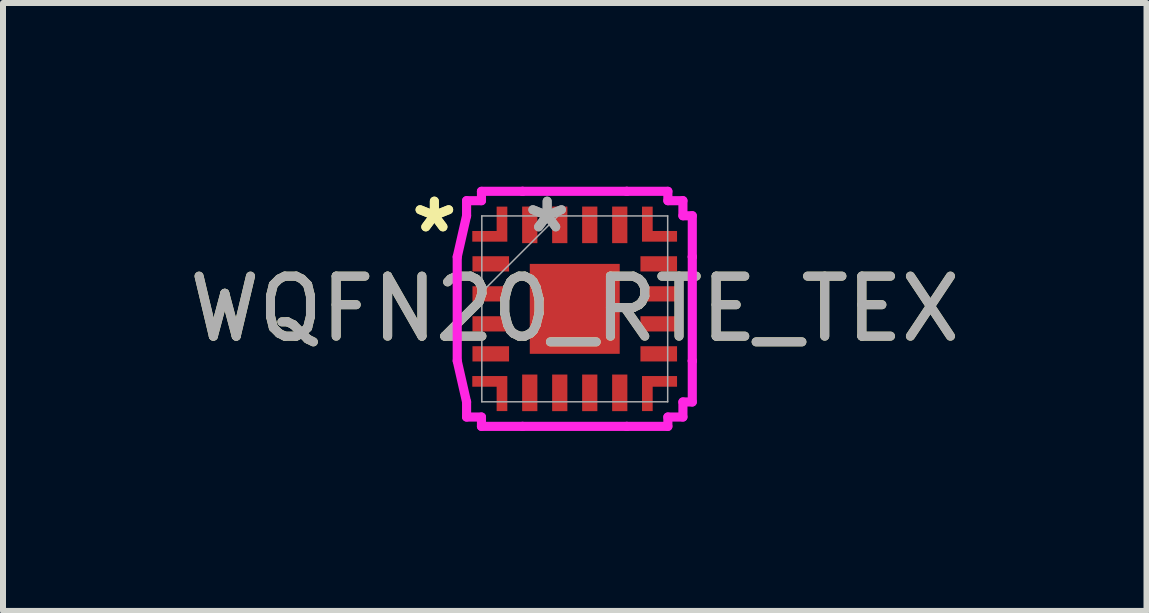
<source format=kicad_pcb>
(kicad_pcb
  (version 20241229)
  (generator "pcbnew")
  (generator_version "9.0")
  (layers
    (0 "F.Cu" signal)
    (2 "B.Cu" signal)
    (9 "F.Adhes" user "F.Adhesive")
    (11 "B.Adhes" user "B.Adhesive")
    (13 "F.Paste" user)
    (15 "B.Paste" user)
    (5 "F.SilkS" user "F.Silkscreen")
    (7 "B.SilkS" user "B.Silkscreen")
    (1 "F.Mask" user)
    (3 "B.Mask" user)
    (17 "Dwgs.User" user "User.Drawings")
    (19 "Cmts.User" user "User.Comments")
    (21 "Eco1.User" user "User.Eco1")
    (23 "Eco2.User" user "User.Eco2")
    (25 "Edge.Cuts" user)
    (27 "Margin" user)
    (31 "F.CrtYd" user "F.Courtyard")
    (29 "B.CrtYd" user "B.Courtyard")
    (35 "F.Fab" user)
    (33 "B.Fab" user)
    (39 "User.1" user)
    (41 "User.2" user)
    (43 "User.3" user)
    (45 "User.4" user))
  (footprint "WQFN20_RTE_TEX"
    (layer "F.Cu")
    (at 6.53 2.098)
    (property "Reference" "WQFN20_RTE_TEX" (at 0 0 0) (unlocked yes) (layer "F.SilkS") (effects (font (size 1 1) (thickness 0.15))))
    (attr smd)
    (fp_line (start -1.959 -0.867) (end -1.959 0.867) (stroke (width 0.152) (type solid)) (layer "F.CrtYd"))
    (fp_line (start -1.959 0.867) (end -1.803 1.552) (stroke (width 0.152) (type solid)) (layer "F.CrtYd"))
    (fp_line (start -1.803 -1.803) (end -1.803 -1.552) (stroke (width 0.152) (type solid)) (layer "F.CrtYd"))
    (fp_line (start -1.803 -1.552) (end -1.959 -0.867) (stroke (width 0.152) (type solid)) (layer "F.CrtYd"))
    (fp_line (start -1.803 1.552) (end -1.803 1.803) (stroke (width 0.152) (type solid)) (layer "F.CrtYd"))
    (fp_line (start -1.803 1.803) (end -1.555 1.803) (stroke (width 0.152) (type solid)) (layer "F.CrtYd"))
    (fp_line (start -1.555 -1.803) (end -1.803 -1.803) (stroke (width 0.152) (type solid)) (layer "F.CrtYd"))
    (fp_line (start -1.555 1.803) (end -1.555 1.959) (stroke (width 0.152) (type solid)) (layer "F.CrtYd"))
    (fp_line (start -1.555 -1.959) (end -1.555 -1.803) (stroke (width 0.152) (type solid)) (layer "F.CrtYd"))
    (fp_line (start -1.555 1.959) (end -0.87 1.959) (stroke (width 0.152) (type solid)) (layer "F.CrtYd"))
    (fp_line (start -0.87 -1.959) (end -0.87 -1.959) (stroke (width 0.152) (type solid)) (layer "F.CrtYd"))
    (fp_line (start -0.87 -1.959) (end -1.555 -1.959) (stroke (width 0.152) (type solid)) (layer "F.CrtYd"))
    (fp_line (start -0.87 1.959) (end -0.87 1.959) (stroke (width 0.152) (type solid)) (layer "F.CrtYd"))
    (fp_line (start -0.87 1.959) (end 0.867 1.959) (stroke (width 0.152) (type solid)) (layer "F.CrtYd"))
    (fp_line (start 0.867 -1.959) (end -0.87 -1.959) (stroke (width 0.152) (type solid)) (layer "F.CrtYd"))
    (fp_line (start 0.867 -1.959) (end 0.867 -1.959) (stroke (width 0.152) (type solid)) (layer "F.CrtYd"))
    (fp_line (start 0.867 1.959) (end 1.552 1.959) (stroke (width 0.152) (type solid)) (layer "F.CrtYd"))
    (fp_line (start 0.867 1.959) (end 0.867 1.959) (stroke (width 0.152) (type solid)) (layer "F.CrtYd"))
    (fp_line (start 1.552 -1.959) (end 0.867 -1.959) (stroke (width 0.152) (type solid)) (layer "F.CrtYd"))
    (fp_line (start 1.552 1.959) (end 1.552 1.803) (stroke (width 0.152) (type solid)) (layer "F.CrtYd"))
    (fp_line (start 1.552 -1.803) (end 1.552 -1.959) (stroke (width 0.152) (type solid)) (layer "F.CrtYd"))
    (fp_line (start 1.552 1.803) (end 1.803 1.803) (stroke (width 0.152) (type solid)) (layer "F.CrtYd"))
    (fp_line (start 1.803 -1.803) (end 1.552 -1.803) (stroke (width 0.152) (type solid)) (layer "F.CrtYd"))
    (fp_line (start 1.803 -1.552) (end 1.803 -1.803) (stroke (width 0.152) (type solid)) (layer "F.CrtYd"))
    (fp_line (start 1.803 1.552) (end 1.959 1.552) (stroke (width 0.152) (type solid)) (layer "F.CrtYd"))
    (fp_line (start 1.803 1.803) (end 1.803 1.552) (stroke (width 0.152) (type solid)) (layer "F.CrtYd"))
    (fp_line (start 1.959 -1.552) (end 1.803 -1.552) (stroke (width 0.152) (type solid)) (layer "F.CrtYd"))
    (fp_line (start 1.959 -0.867) (end 1.959 -1.552) (stroke (width 0.152) (type solid)) (layer "F.CrtYd"))
    (fp_line (start 1.959 -0.867) (end 1.959 -0.867) (stroke (width 0.152) (type solid)) (layer "F.CrtYd"))
    (fp_line (start 1.959 0.867) (end 1.959 -0.867) (stroke (width 0.152) (type solid)) (layer "F.CrtYd"))
    (fp_line (start 1.959 0.867) (end 1.959 0.867) (stroke (width 0.152) (type solid)) (layer "F.CrtYd"))
    (fp_line (start 1.959 1.552) (end 1.959 0.867) (stroke (width 0.152) (type solid)) (layer "F.CrtYd"))
    (fp_line (start -1.549 -1.549) (end -1.549 1.549) (stroke (width 0.025) (type solid)) (layer "F.Fab"))
    (fp_line (start -1.549 -0.279) (end -0.279 -1.549) (stroke (width 0.025) (type solid)) (layer "F.Fab"))
    (fp_line (start -1.549 1.549) (end 1.549 1.549) (stroke (width 0.025) (type solid)) (layer "F.Fab"))
    (fp_line (start 1.549 -1.549) (end -1.549 -1.549) (stroke (width 0.025) (type solid)) (layer "F.Fab"))
    (fp_line (start 1.549 1.549) (end 1.549 -1.549) (stroke (width 0.025) (type solid)) (layer "F.Fab"))
    (fp_text user "*" (at -2.34 -1.25 0) (unlocked yes) (layer "F.SilkS") (effects (font (size 1 1) (thickness 0.15))))
    (fp_text user "*" (at -2.34 -1.25 0) (layer "F.SilkS") (effects (font (size 1 1) (thickness 0.15))))
    (fp_text user "*" (at -0.46 -1.25 0) (unlocked yes) (layer "F.Fab") (effects (font (size 1 1) (thickness 0.15))))
    (fp_text user "*" (at -0.46 -1.25 0) (layer "F.Fab") (effects (font (size 1 1) (thickness 0.15))))
    (fp_text user "${REFERENCE}" (at 0 0 0) (unlocked yes) (layer "F.Fab") (effects (font (size 1 1) (thickness 0.15))))
    (pad "1" smd rect (at -1.4 -0.75) (size 0.61 0.254) (layers "F.Cu" "F.Mask" "F.Paste"))
    (pad "2" smd rect (at -1.4 -0.25) (size 0.61 0.254) (layers "F.Cu" "F.Mask" "F.Paste"))
    (pad "3" smd rect (at -1.4 0.25) (size 0.61 0.254) (layers "F.Cu" "F.Mask" "F.Paste"))
    (pad "4" smd rect (at -1.4 0.75) (size 0.61 0.254) (layers "F.Cu" "F.Mask" "F.Paste"))
    (pad "5" smd custom (at -1.505 1.209) (size 0.406 0.178) (layers "F.Cu" "F.Mask" "F.Paste") (options (anchor rect)) (primitives (gr_poly (pts (xy 0.203 0.495) (xy 0.381 0.495) (xy 0.381 -0.089) (xy -0.203 -0.089) (xy -0.203 0.089) (xy 0.203 0.089) (xy 0.203 0.495)) (width 0) (fill yes))))
    (pad "6" smd rect (at -0.75 1.4 90) (size 0.61 0.254) (layers "F.Cu" "F.Mask" "F.Paste"))
    (pad "7" smd rect (at -0.25 1.4 90) (size 0.61 0.254) (layers "F.Cu" "F.Mask" "F.Paste"))
    (pad "8" smd rect (at 0.25 1.4 90) (size 0.61 0.254) (layers "F.Cu" "F.Mask" "F.Paste"))
    (pad "9" smd rect (at 0.75 1.4 90) (size 0.61 0.254) (layers "F.Cu" "F.Mask" "F.Paste"))
    (pad "10" smd custom (at 1.502 1.209) (size 0.406 0.178) (layers "F.Cu" "F.Mask" "F.Paste") (options (anchor rect)) (primitives (gr_poly (pts (xy -0.203 0.495) (xy -0.381 0.495) (xy -0.381 -0.089) (xy 0.203 -0.089) (xy 0.203 0.089) (xy -0.203 0.089) (xy -0.203 0.495)) (width 0) (fill yes))))
    (pad "11" smd rect (at 1.4 0.75) (size 0.61 0.254) (layers "F.Cu" "F.Mask" "F.Paste"))
    (pad "12" smd rect (at 1.4 0.25) (size 0.61 0.254) (layers "F.Cu" "F.Mask" "F.Paste"))
    (pad "13" smd rect (at 1.4 -0.25) (size 0.61 0.254) (layers "F.Cu" "F.Mask" "F.Paste"))
    (pad "14" smd rect (at 1.4 -0.75) (size 0.61 0.254) (layers "F.Cu" "F.Mask" "F.Paste"))
    (pad "15" smd custom (at 1.502 -1.209) (size 0.406 0.178) (layers "F.Cu" "F.Mask" "F.Paste") (options (anchor rect)) (primitives (gr_poly (pts (xy -0.203 -0.495) (xy -0.381 -0.495) (xy -0.381 0.089) (xy 0.203 0.089) (xy 0.203 -0.089) (xy -0.203 -0.089) (xy -0.203 -0.495)) (width 0) (fill yes))))
    (pad "16" smd rect (at 0.75 -1.4 90) (size 0.61 0.254) (layers "F.Cu" "F.Mask" "F.Paste"))
    (pad "17" smd rect (at 0.25 -1.4 90) (size 0.61 0.254) (layers "F.Cu" "F.Mask" "F.Paste"))
    (pad "18" smd rect (at -0.25 -1.4 90) (size 0.61 0.254) (layers "F.Cu" "F.Mask" "F.Paste"))
    (pad "19" smd rect (at -0.75 -1.4 90) (size 0.61 0.254) (layers "F.Cu" "F.Mask" "F.Paste"))
    (pad "20" smd custom (at -1.505 -1.209) (size 0.406 0.178) (layers "F.Cu" "F.Mask" "F.Paste") (options (anchor rect)) (primitives (gr_poly (pts (xy 0.203 -0.495) (xy 0.381 -0.495) (xy 0.381 0.089) (xy -0.203 0.089) (xy -0.203 -0.089) (xy 0.203 -0.089) (xy 0.203 -0.495)) (width 0) (fill yes))))
    (pad "21" smd rect (at 0 0) (size 1.499 1.499) (layers "F.Cu" "F.Mask")))
  (gr_rect
    (start -3 -3)
    (end 16.06 7.133)
    (stroke (width 0.1) (type default))
    (fill no)
    (layer "Edge.Cuts")))
</source>
